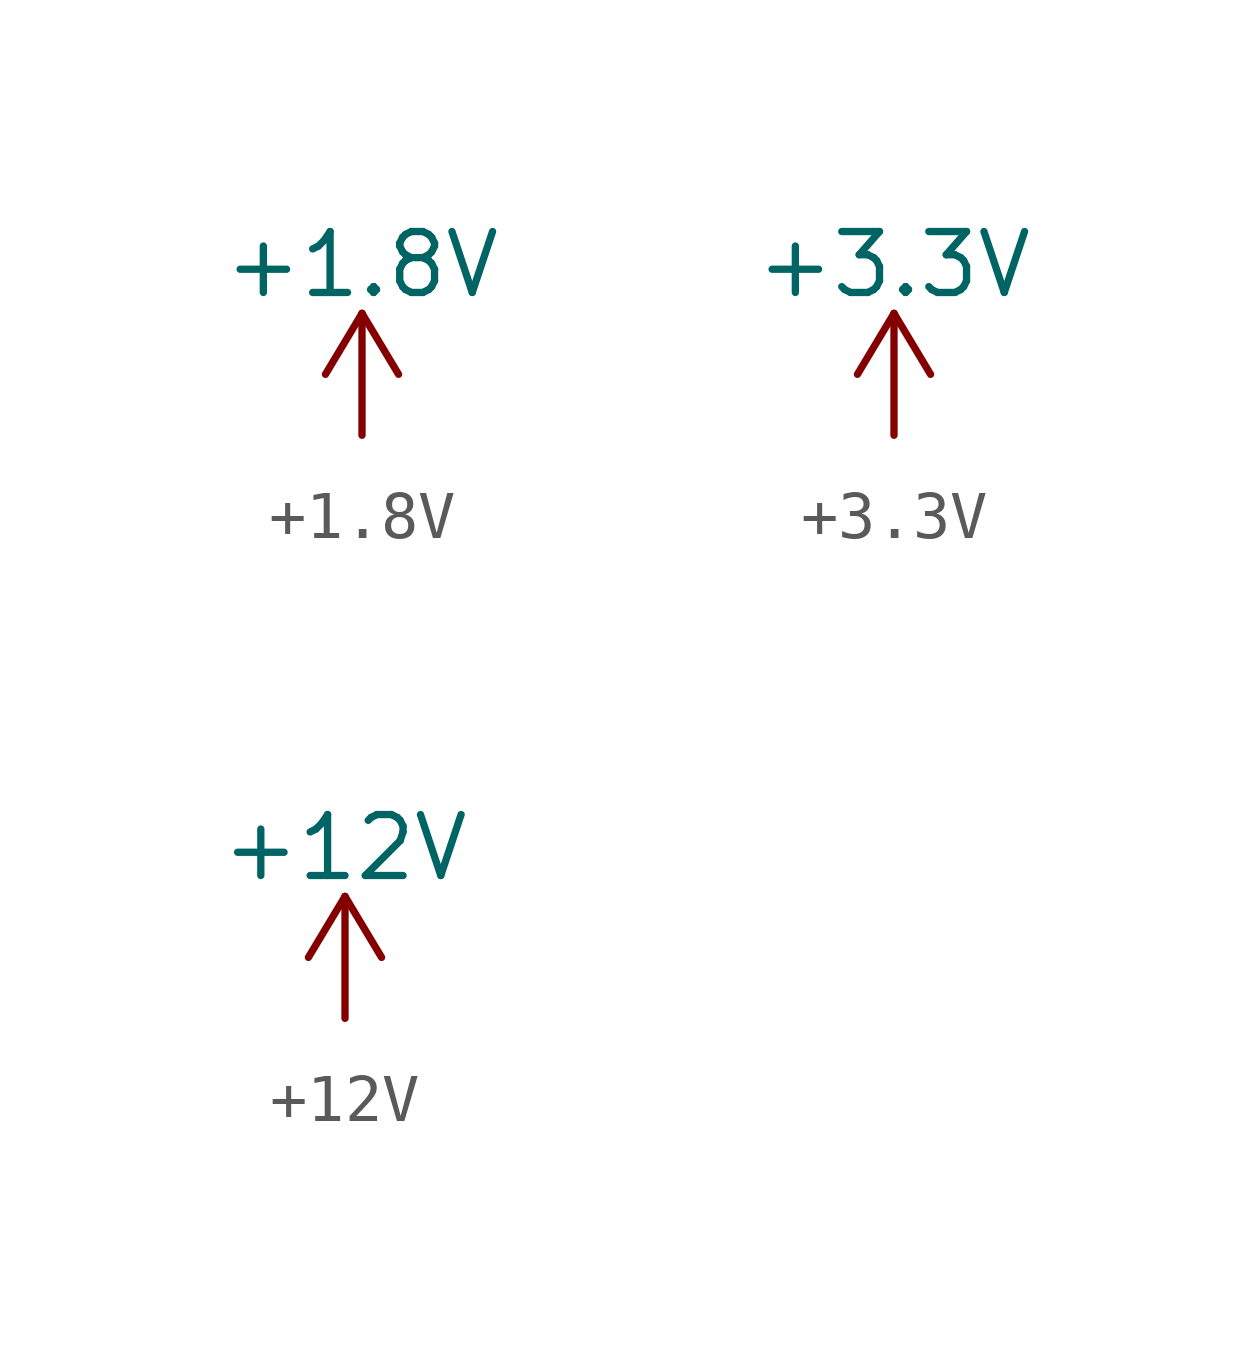
<source format=kicad_sym>
(kicad_symbol_lib
  (version 20241209)
  (generator "kicad_symbol_editor")
  (generator_version "9.0")
  (symbol "+1.8V"
    (power)
    (pin_names
      (offset 0))
    (property "Reference" "#PWR"
      (at 0 -3.81 0)
      (effects (font (size 1.27 1.27)) (hide yes)))
    (property "Value" "+1.8V"
      (at 0 3.556 0)
      (do_not_autoplace)
      (effects (font (size 1.27 1.27))))
    (symbol "+1.8V_0_1"
      (polyline (pts (xy -0.762 1.27) (xy 0 2.54)) (stroke (width 0) (type default)) (fill (type none)))
      (polyline (pts (xy 0 2.54) (xy 0.762 1.27)) (stroke (width 0) (type default)) (fill (type none)))
      (polyline (pts (xy 0 0) (xy 0 2.54)) (stroke (width 0) (type default)) (fill (type none))))
    (symbol "+1.8V_1_1"
      (pin power_in line (at 0 0 90) (length 0) (hide yes) (name "+1.8V" (effects (font (size 1.27 1.27)))) (number "1" (effects (font (size 1.27 1.27)))))))
  (symbol "+3.3V"
    (power)
    (pin_names
      (offset 0))
    (property "Reference" "#PWR"
      (at 0 -3.81 0)
      (effects (font (size 1.27 1.27)) (hide yes)))
    (property "Value" "+3.3V"
      (at 0 3.556 0)
      (do_not_autoplace)
      (effects (font (size 1.27 1.27))))
    (symbol "+3.3V_0_1"
      (polyline (pts (xy -0.762 1.27) (xy 0 2.54)) (stroke (width 0) (type default)) (fill (type none)))
      (polyline (pts (xy 0 2.54) (xy 0.762 1.27)) (stroke (width 0) (type default)) (fill (type none)))
      (polyline (pts (xy 0 0) (xy 0 2.54)) (stroke (width 0) (type default)) (fill (type none))))
    (symbol "+3.3V_1_1"
      (pin power_in line (at 0 0 90) (length 0) (hide yes) (name "+3.3V" (effects (font (size 1.27 1.27)))) (number "1" (effects (font (size 1.27 1.27)))))))
  (symbol "+12V"
    (power)
    (pin_names
      (offset 0))
    (property "Reference" "#PWR"
      (at 0 -3.81 0)
      (effects (font (size 1.27 1.27)) (hide yes)))
    (property "Value" "+12V"
      (at 0 3.556 0)
      (do_not_autoplace)
      (effects (font (size 1.27 1.27))))
    (symbol "+12V_0_1"
      (polyline (pts (xy -0.762 1.27) (xy 0 2.54)) (stroke (width 0) (type default)) (fill (type none)))
      (polyline (pts (xy 0 2.54) (xy 0.762 1.27)) (stroke (width 0) (type default)) (fill (type none)))
      (polyline (pts (xy 0 0) (xy 0 2.54)) (stroke (width 0) (type default)) (fill (type none))))
    (symbol "+12V_1_1"
      (pin power_in line (at 0 0 90) (length 0) (hide yes) (name "+12V" (effects (font (size 1.27 1.27)))) (number "1" (effects (font (size 1.27 1.27))))))))
</source>
